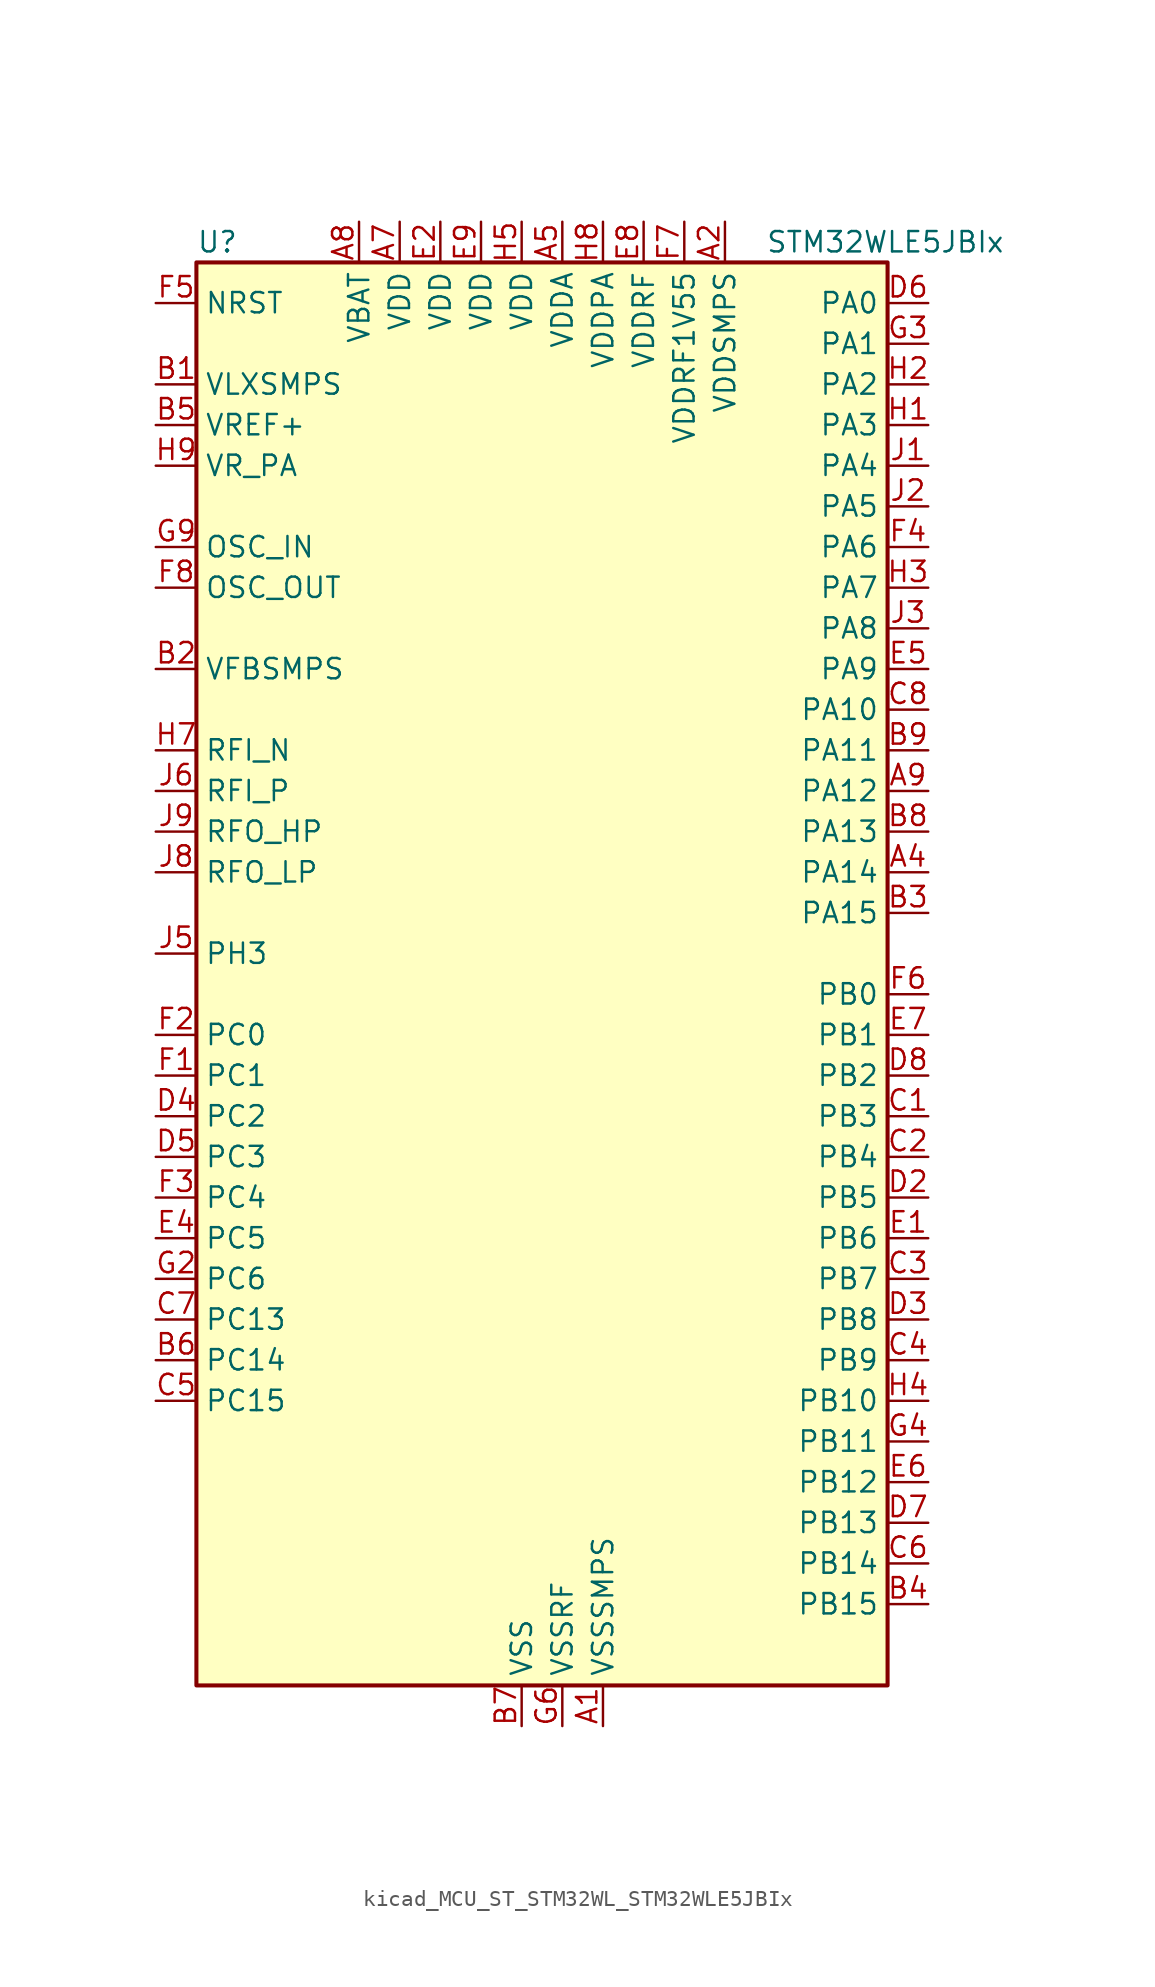
<source format=kicad_sym>
(kicad_symbol_lib
  (version 20220914)
  (generator kicad_symbol_editor)
  (symbol "kicad_MCU_ST_STM32WL_STM32WLE5JBIx"
    (property "Reference" "U"
      (at -20.32 46.99 0)
      (effects (font (size 1.27 1.27)) (justify left)))
    (property "Value" "STM32WLE5JBIx"
      (at 15.24 46.99 0)
      (effects (font (size 1.27 1.27)) (justify left)))
    (property "ki_locked" ""
      (at 0 0 0)
      (effects (font (size 1.27 1.27))))
    (symbol "kicad_MCU_ST_STM32WL_STM32WLE5JBIx_0_1"
      (rectangle (start -20.32 -43.18) (end 22.86 45.72) (stroke (width 0.254) (type default)) (fill (type background))))
    (symbol "kicad_MCU_ST_STM32WL_STM32WLE5JBIx_1_1"
      (pin power_in line (at 5.08 -45.72 90) (length 2.54) (name "VSSSMPS" (effects (font (size 1.27 1.27)))) (number "A1" (effects (font (size 1.27 1.27)))))
      (pin power_in line (at 12.7 48.26 270) (length 2.54) (name "VDDSMPS" (effects (font (size 1.27 1.27)))) (number "A2" (effects (font (size 1.27 1.27)))))
      (pin bidirectional line (at 25.4 7.62 180) (length 2.54) (name "PA14" (effects (font (size 1.27 1.27)))) (number "A4" (effects (font (size 1.27 1.27)))) (alternate "ADC_IN10" bidirectional line) (alternate "DEBUG_JTCK-SWCLK" bidirectional line) (alternate "I2C1_SMBA" bidirectional line) (alternate "LPTIM1_OUT" bidirectional line))
      (pin power_in line (at 2.54 48.26 270) (length 2.54) (name "VDDA" (effects (font (size 1.27 1.27)))) (number "A5" (effects (font (size 1.27 1.27)))))
      (pin power_in line (at -7.62 48.26 270) (length 2.54) (name "VDD" (effects (font (size 1.27 1.27)))) (number "A7" (effects (font (size 1.27 1.27)))))
      (pin power_in line (at -10.16 48.26 270) (length 2.54) (name "VBAT" (effects (font (size 1.27 1.27)))) (number "A8" (effects (font (size 1.27 1.27)))))
      (pin bidirectional line (at 25.4 12.7 180) (length 2.54) (name "PA12" (effects (font (size 1.27 1.27)))) (number "A9" (effects (font (size 1.27 1.27)))) (alternate "ADC_IN8" bidirectional line) (alternate "DEBUG_RF-BUSY" bidirectional line) (alternate "I2C2_SCL" bidirectional line) (alternate "LPTIM3_IN1" bidirectional line) (alternate "SPI1_MOSI" bidirectional line) (alternate "TIM1_ETR" bidirectional line) (alternate "USART1_DE" bidirectional line) (alternate "USART1_RTS" bidirectional line))
      (pin power_in line (at -22.86 38.1 0) (length 2.54) (name "VLXSMPS" (effects (font (size 1.27 1.27)))) (number "B1" (effects (font (size 1.27 1.27)))))
      (pin input line (at -22.86 20.32 0) (length 2.54) (name "VFBSMPS" (effects (font (size 1.27 1.27)))) (number "B2" (effects (font (size 1.27 1.27)))))
      (pin bidirectional line (at 25.4 5.08 180) (length 2.54) (name "PA15" (effects (font (size 1.27 1.27)))) (number "B3" (effects (font (size 1.27 1.27)))) (alternate "ADC_IN11" bidirectional line) (alternate "COMP1_INM" bidirectional line) (alternate "COMP2_INP" bidirectional line) (alternate "DEBUG_JTDI" bidirectional line) (alternate "I2C2_SDA" bidirectional line) (alternate "SPI1_NSS" bidirectional line) (alternate "TIM2_CH1" bidirectional line) (alternate "TIM2_ETR" bidirectional line))
      (pin bidirectional line (at 25.4 -38.1 180) (length 2.54) (name "PB15" (effects (font (size 1.27 1.27)))) (number "B4" (effects (font (size 1.27 1.27)))) (alternate "I2C2_SCL" bidirectional line) (alternate "I2S2_SD" bidirectional line) (alternate "SPI2_MOSI" bidirectional line) (alternate "TIM1_CH3N" bidirectional line))
      (pin input line (at -22.86 35.56 0) (length 2.54) (name "VREF+" (effects (font (size 1.27 1.27)))) (number "B5" (effects (font (size 1.27 1.27)))) (alternate "VREFBUF_OUT" bidirectional line))
      (pin bidirectional line (at -22.86 -22.86 0) (length 2.54) (name "PC14" (effects (font (size 1.27 1.27)))) (number "B6" (effects (font (size 1.27 1.27)))) (alternate "RCC_OSC32_IN" bidirectional line))
      (pin power_in line (at 0 -45.72 90) (length 2.54) (name "VSS" (effects (font (size 1.27 1.27)))) (number "B7" (effects (font (size 1.27 1.27)))))
      (pin bidirectional line (at 25.4 10.16 180) (length 2.54) (name "PA13" (effects (font (size 1.27 1.27)))) (number "B8" (effects (font (size 1.27 1.27)))) (alternate "ADC_IN9" bidirectional line) (alternate "DEBUG_JTMS-SWDIO" bidirectional line) (alternate "I2C2_SMBA" bidirectional line) (alternate "IR_OUT" bidirectional line))
      (pin bidirectional line (at 25.4 15.24 180) (length 2.54) (name "PA11" (effects (font (size 1.27 1.27)))) (number "B9" (effects (font (size 1.27 1.27)))) (alternate "ADC_EXTI11" bidirectional line) (alternate "ADC_IN7" bidirectional line) (alternate "COMP1_INM" bidirectional line) (alternate "COMP2_INM" bidirectional line) (alternate "DEBUG_RF-NRESET" bidirectional line) (alternate "I2C2_SDA" bidirectional line) (alternate "LPTIM3_ETR" bidirectional line) (alternate "SPI1_MISO" bidirectional line) (alternate "TIM1_BKIN2" bidirectional line) (alternate "TIM1_CH4" bidirectional line) (alternate "USART1_CTS" bidirectional line) (alternate "USART1_NSS" bidirectional line))
      (pin bidirectional line (at 25.4 -7.62 180) (length 2.54) (name "PB3" (effects (font (size 1.27 1.27)))) (number "C1" (effects (font (size 1.27 1.27)))) (alternate "ADC_IN2" bidirectional line) (alternate "COMP1_INM" bidirectional line) (alternate "COMP2_INM" bidirectional line) (alternate "DEBUG_JTDO-SWO" bidirectional line) (alternate "DEBUG_RF-DTB1" bidirectional line) (alternate "PWR_WKUP3" bidirectional line) (alternate "RTC_TAMP_IN3" bidirectional line) (alternate "SPI1_SCK" bidirectional line) (alternate "TIM2_CH2" bidirectional line) (alternate "USART1_DE" bidirectional line) (alternate "USART1_RTS" bidirectional line))
      (pin bidirectional line (at 25.4 -10.16 180) (length 2.54) (name "PB4" (effects (font (size 1.27 1.27)))) (number "C2" (effects (font (size 1.27 1.27)))) (alternate "ADC_IN3" bidirectional line) (alternate "COMP1_INP" bidirectional line) (alternate "COMP2_INP" bidirectional line) (alternate "DEBUG_JTRST" bidirectional line) (alternate "DEBUG_RF-LDORDY" bidirectional line) (alternate "I2C3_SDA" bidirectional line) (alternate "SPI1_MISO" bidirectional line) (alternate "TIM17_BKIN" bidirectional line) (alternate "USART1_CTS" bidirectional line) (alternate "USART1_NSS" bidirectional line))
      (pin bidirectional line (at 25.4 -17.78 180) (length 2.54) (name "PB7" (effects (font (size 1.27 1.27)))) (number "C3" (effects (font (size 1.27 1.27)))) (alternate "I2C1_SDA" bidirectional line) (alternate "LPTIM1_IN2" bidirectional line) (alternate "PWR_PVD_IN" bidirectional line) (alternate "TIM17_CH1N" bidirectional line) (alternate "TIM1_BKIN" bidirectional line) (alternate "USART1_RX" bidirectional line))
      (pin bidirectional line (at 25.4 -22.86 180) (length 2.54) (name "PB9" (effects (font (size 1.27 1.27)))) (number "C4" (effects (font (size 1.27 1.27)))) (alternate "DAC_EXTI9" bidirectional line) (alternate "I2C1_SDA" bidirectional line) (alternate "I2S2_WS" bidirectional line) (alternate "IR_OUT" bidirectional line) (alternate "SPI2_NSS" bidirectional line) (alternate "TIM17_CH1" bidirectional line) (alternate "TIM1_CH3N" bidirectional line))
      (pin bidirectional line (at -22.86 -25.4 0) (length 2.54) (name "PC15" (effects (font (size 1.27 1.27)))) (number "C5" (effects (font (size 1.27 1.27)))) (alternate "RCC_OSC32_OUT" bidirectional line))
      (pin bidirectional line (at 25.4 -35.56 180) (length 2.54) (name "PB14" (effects (font (size 1.27 1.27)))) (number "C6" (effects (font (size 1.27 1.27)))) (alternate "ADC_IN1" bidirectional line) (alternate "I2C3_SDA" bidirectional line) (alternate "I2S2_MCK" bidirectional line) (alternate "SPI2_MISO" bidirectional line) (alternate "TIM1_CH2N" bidirectional line))
      (pin bidirectional line (at -22.86 -20.32 0) (length 2.54) (name "PC13" (effects (font (size 1.27 1.27)))) (number "C7" (effects (font (size 1.27 1.27)))) (alternate "PWR_WKUP2" bidirectional line) (alternate "RTC_OUT1" bidirectional line) (alternate "RTC_TAMP_IN1" bidirectional line) (alternate "RTC_TS" bidirectional line))
      (pin bidirectional line (at 25.4 17.78 180) (length 2.54) (name "PA10" (effects (font (size 1.27 1.27)))) (number "C8" (effects (font (size 1.27 1.27)))) (alternate "ADC_IN6" bidirectional line) (alternate "COMP1_INM" bidirectional line) (alternate "COMP2_INM" bidirectional line) (alternate "DAC_OUT1" bidirectional line) (alternate "DEBUG_RF-HSE32RDY" bidirectional line) (alternate "I2C1_SDA" bidirectional line) (alternate "I2S2_SD" bidirectional line) (alternate "RTC_REFIN" bidirectional line) (alternate "SPI2_MOSI" bidirectional line) (alternate "TIM17_BKIN" bidirectional line) (alternate "TIM1_CH3" bidirectional line) (alternate "USART1_RX" bidirectional line))
      (pin bidirectional line (at 25.4 -12.7 180) (length 2.54) (name "PB5" (effects (font (size 1.27 1.27)))) (number "D2" (effects (font (size 1.27 1.27)))) (alternate "COMP2_OUT" bidirectional line) (alternate "I2C1_SMBA" bidirectional line) (alternate "LPTIM1_IN1" bidirectional line) (alternate "SPI1_MOSI" bidirectional line) (alternate "TIM16_BKIN" bidirectional line) (alternate "USART1_CK" bidirectional line))
      (pin bidirectional line (at 25.4 -20.32 180) (length 2.54) (name "PB8" (effects (font (size 1.27 1.27)))) (number "D3" (effects (font (size 1.27 1.27)))) (alternate "I2C1_SCL" bidirectional line) (alternate "TIM16_CH1" bidirectional line) (alternate "TIM1_CH2N" bidirectional line))
      (pin bidirectional line (at -22.86 -7.62 0) (length 2.54) (name "PC2" (effects (font (size 1.27 1.27)))) (number "D4" (effects (font (size 1.27 1.27)))) (alternate "LPTIM1_IN2" bidirectional line) (alternate "SPI2_MISO" bidirectional line))
      (pin bidirectional line (at -22.86 -10.16 0) (length 2.54) (name "PC3" (effects (font (size 1.27 1.27)))) (number "D5" (effects (font (size 1.27 1.27)))) (alternate "I2S2_SD" bidirectional line) (alternate "LPTIM1_ETR" bidirectional line) (alternate "LPTIM2_ETR" bidirectional line) (alternate "SPI2_MOSI" bidirectional line))
      (pin bidirectional line (at 25.4 43.18 180) (length 2.54) (name "PA0" (effects (font (size 1.27 1.27)))) (number "D6" (effects (font (size 1.27 1.27)))) (alternate "COMP1_OUT" bidirectional line) (alternate "DEBUG_PWR-REGLP1S" bidirectional line) (alternate "I2C3_SMBA" bidirectional line) (alternate "I2S_CKIN" bidirectional line) (alternate "PWR_WKUP1" bidirectional line) (alternate "RTC_TAMP_IN2" bidirectional line) (alternate "TIM2_CH1" bidirectional line) (alternate "TIM2_ETR" bidirectional line) (alternate "USART2_CTS" bidirectional line) (alternate "USART2_NSS" bidirectional line))
      (pin bidirectional line (at 25.4 -33.02 180) (length 2.54) (name "PB13" (effects (font (size 1.27 1.27)))) (number "D7" (effects (font (size 1.27 1.27)))) (alternate "ADC_IN0" bidirectional line) (alternate "I2C3_SCL" bidirectional line) (alternate "I2S2_CK" bidirectional line) (alternate "LPUART1_CTS" bidirectional line) (alternate "SPI2_SCK" bidirectional line) (alternate "TIM1_CH1N" bidirectional line))
      (pin bidirectional line (at 25.4 -5.08 180) (length 2.54) (name "PB2" (effects (font (size 1.27 1.27)))) (number "D8" (effects (font (size 1.27 1.27)))) (alternate "ADC_IN4" bidirectional line) (alternate "COMP1_INP" bidirectional line) (alternate "COMP2_INM" bidirectional line) (alternate "DEBUG_RF-SMPSRDY" bidirectional line) (alternate "I2C3_SMBA" bidirectional line) (alternate "LPTIM1_OUT" bidirectional line) (alternate "SPI1_NSS" bidirectional line))
      (pin passive line (at 0 -45.72 90) (length 2.54) hide (name "VSS" (effects (font (size 1.27 1.27)))) (number "D9" (effects (font (size 1.27 1.27)))))
      (pin bidirectional line (at 25.4 -15.24 180) (length 2.54) (name "PB6" (effects (font (size 1.27 1.27)))) (number "E1" (effects (font (size 1.27 1.27)))) (alternate "I2C1_SCL" bidirectional line) (alternate "LPTIM1_ETR" bidirectional line) (alternate "TIM16_CH1N" bidirectional line) (alternate "USART1_TX" bidirectional line))
      (pin power_in line (at -5.08 48.26 270) (length 2.54) (name "VDD" (effects (font (size 1.27 1.27)))) (number "E2" (effects (font (size 1.27 1.27)))))
      (pin passive line (at 0 -45.72 90) (length 2.54) hide (name "VSS" (effects (font (size 1.27 1.27)))) (number "E3" (effects (font (size 1.27 1.27)))))
      (pin bidirectional line (at -22.86 -15.24 0) (length 2.54) (name "PC5" (effects (font (size 1.27 1.27)))) (number "E4" (effects (font (size 1.27 1.27)))))
      (pin bidirectional line (at 25.4 20.32 180) (length 2.54) (name "PA9" (effects (font (size 1.27 1.27)))) (number "E5" (effects (font (size 1.27 1.27)))) (alternate "DAC_EXTI9" bidirectional line) (alternate "I2C1_SCL" bidirectional line) (alternate "I2S2_CK" bidirectional line) (alternate "I2S2_WS" bidirectional line) (alternate "SPI2_NSS" bidirectional line) (alternate "SPI2_SCK" bidirectional line) (alternate "TIM1_CH2" bidirectional line) (alternate "USART1_TX" bidirectional line))
      (pin bidirectional line (at 25.4 -30.48 180) (length 2.54) (name "PB12" (effects (font (size 1.27 1.27)))) (number "E6" (effects (font (size 1.27 1.27)))) (alternate "I2C3_SMBA" bidirectional line) (alternate "I2S2_WS" bidirectional line) (alternate "LPUART1_RTS" bidirectional line) (alternate "SPI2_NSS" bidirectional line) (alternate "TIM1_BKIN" bidirectional line))
      (pin bidirectional line (at 25.4 -2.54 180) (length 2.54) (name "PB1" (effects (font (size 1.27 1.27)))) (number "E7" (effects (font (size 1.27 1.27)))) (alternate "ADC_IN5" bidirectional line) (alternate "COMP2_INP" bidirectional line) (alternate "LPTIM2_IN1" bidirectional line) (alternate "LPUART1_DE" bidirectional line) (alternate "LPUART1_RTS" bidirectional line))
      (pin power_in line (at 7.62 48.26 270) (length 2.54) (name "VDDRF" (effects (font (size 1.27 1.27)))) (number "E8" (effects (font (size 1.27 1.27)))))
      (pin power_in line (at -2.54 48.26 270) (length 2.54) (name "VDD" (effects (font (size 1.27 1.27)))) (number "E9" (effects (font (size 1.27 1.27)))))
      (pin bidirectional line (at -22.86 -5.08 0) (length 2.54) (name "PC1" (effects (font (size 1.27 1.27)))) (number "F1" (effects (font (size 1.27 1.27)))) (alternate "I2C3_SDA" bidirectional line) (alternate "I2S2_SD" bidirectional line) (alternate "LPTIM1_OUT" bidirectional line) (alternate "LPUART1_TX" bidirectional line) (alternate "SPI2_MOSI" bidirectional line))
      (pin bidirectional line (at -22.86 -2.54 0) (length 2.54) (name "PC0" (effects (font (size 1.27 1.27)))) (number "F2" (effects (font (size 1.27 1.27)))) (alternate "I2C3_SCL" bidirectional line) (alternate "LPTIM1_IN1" bidirectional line) (alternate "LPTIM2_IN1" bidirectional line) (alternate "LPUART1_RX" bidirectional line))
      (pin bidirectional line (at -22.86 -12.7 0) (length 2.54) (name "PC4" (effects (font (size 1.27 1.27)))) (number "F3" (effects (font (size 1.27 1.27)))))
      (pin bidirectional line (at 25.4 27.94 180) (length 2.54) (name "PA6" (effects (font (size 1.27 1.27)))) (number "F4" (effects (font (size 1.27 1.27)))) (alternate "DEBUG_SUBGHZSPI-MISOOUT" bidirectional line) (alternate "I2C2_SMBA" bidirectional line) (alternate "LPUART1_CTS" bidirectional line) (alternate "SPI1_MISO" bidirectional line) (alternate "TIM16_CH1" bidirectional line) (alternate "TIM1_BKIN" bidirectional line))
      (pin input line (at -22.86 43.18 0) (length 2.54) (name "NRST" (effects (font (size 1.27 1.27)))) (number "F5" (effects (font (size 1.27 1.27)))))
      (pin bidirectional line (at 25.4 0 180) (length 2.54) (name "PB0" (effects (font (size 1.27 1.27)))) (number "F6" (effects (font (size 1.27 1.27)))) (alternate "COMP1_OUT" bidirectional line) (alternate "VDDTCXO" bidirectional line))
      (pin power_in line (at 10.16 48.26 270) (length 2.54) (name "VDDRF1V55" (effects (font (size 1.27 1.27)))) (number "F7" (effects (font (size 1.27 1.27)))))
      (pin input line (at -22.86 25.4 0) (length 2.54) (name "OSC_OUT" (effects (font (size 1.27 1.27)))) (number "F8" (effects (font (size 1.27 1.27)))) (alternate "RCC_OSC_OUT" bidirectional line))
      (pin bidirectional line (at -22.86 -17.78 0) (length 2.54) (name "PC6" (effects (font (size 1.27 1.27)))) (number "G2" (effects (font (size 1.27 1.27)))) (alternate "I2S2_MCK" bidirectional line))
      (pin bidirectional line (at 25.4 40.64 180) (length 2.54) (name "PA1" (effects (font (size 1.27 1.27)))) (number "G3" (effects (font (size 1.27 1.27)))) (alternate "DEBUG_PWR-REGLP2S" bidirectional line) (alternate "I2C1_SMBA" bidirectional line) (alternate "LPTIM3_OUT" bidirectional line) (alternate "LPUART1_RTS" bidirectional line) (alternate "SPI1_SCK" bidirectional line) (alternate "TIM2_CH2" bidirectional line) (alternate "USART2_DE" bidirectional line) (alternate "USART2_RTS" bidirectional line))
      (pin bidirectional line (at 25.4 -27.94 180) (length 2.54) (name "PB11" (effects (font (size 1.27 1.27)))) (number "G4" (effects (font (size 1.27 1.27)))) (alternate "ADC_EXTI11" bidirectional line) (alternate "COMP2_OUT" bidirectional line) (alternate "I2C3_SDA" bidirectional line) (alternate "LPUART1_TX" bidirectional line) (alternate "TIM2_CH4" bidirectional line))
      (pin passive line (at 0 -45.72 90) (length 2.54) hide (name "VSS" (effects (font (size 1.27 1.27)))) (number "G5" (effects (font (size 1.27 1.27)))))
      (pin power_in line (at 2.54 -45.72 90) (length 2.54) (name "VSSRF" (effects (font (size 1.27 1.27)))) (number "G6" (effects (font (size 1.27 1.27)))))
      (pin passive line (at 2.54 -45.72 90) (length 2.54) hide (name "VSSRF" (effects (font (size 1.27 1.27)))) (number "G7" (effects (font (size 1.27 1.27)))))
      (pin passive line (at 2.54 -45.72 90) (length 2.54) hide (name "VSSRF" (effects (font (size 1.27 1.27)))) (number "G8" (effects (font (size 1.27 1.27)))))
      (pin input line (at -22.86 27.94 0) (length 2.54) (name "OSC_IN" (effects (font (size 1.27 1.27)))) (number "G9" (effects (font (size 1.27 1.27)))) (alternate "RCC_OSC_IN" bidirectional line))
      (pin bidirectional line (at 25.4 35.56 180) (length 2.54) (name "PA3" (effects (font (size 1.27 1.27)))) (number "H1" (effects (font (size 1.27 1.27)))) (alternate "I2S2_MCK" bidirectional line) (alternate "LPUART1_RX" bidirectional line) (alternate "TIM2_CH4" bidirectional line) (alternate "USART2_RX" bidirectional line))
      (pin bidirectional line (at 25.4 38.1 180) (length 2.54) (name "PA2" (effects (font (size 1.27 1.27)))) (number "H2" (effects (font (size 1.27 1.27)))) (alternate "COMP2_OUT" bidirectional line) (alternate "DEBUG_PWR-LDORDY" bidirectional line) (alternate "LPUART1_TX" bidirectional line) (alternate "RCC_LSCO" bidirectional line) (alternate "TIM2_CH3" bidirectional line) (alternate "USART2_TX" bidirectional line))
      (pin bidirectional line (at 25.4 25.4 180) (length 2.54) (name "PA7" (effects (font (size 1.27 1.27)))) (number "H3" (effects (font (size 1.27 1.27)))) (alternate "COMP2_OUT" bidirectional line) (alternate "DEBUG_SUBGHZSPI-MOSIOUT" bidirectional line) (alternate "I2C3_SCL" bidirectional line) (alternate "SPI1_MOSI" bidirectional line) (alternate "TIM17_CH1" bidirectional line) (alternate "TIM1_CH1N" bidirectional line))
      (pin bidirectional line (at 25.4 -25.4 180) (length 2.54) (name "PB10" (effects (font (size 1.27 1.27)))) (number "H4" (effects (font (size 1.27 1.27)))) (alternate "COMP1_OUT" bidirectional line) (alternate "I2C3_SCL" bidirectional line) (alternate "I2S2_CK" bidirectional line) (alternate "LPUART1_RX" bidirectional line) (alternate "SPI2_SCK" bidirectional line) (alternate "TIM2_CH3" bidirectional line))
      (pin power_in line (at 0 48.26 270) (length 2.54) (name "VDD" (effects (font (size 1.27 1.27)))) (number "H5" (effects (font (size 1.27 1.27)))))
      (pin passive line (at 2.54 -45.72 90) (length 2.54) hide (name "VSSRF" (effects (font (size 1.27 1.27)))) (number "H6" (effects (font (size 1.27 1.27)))))
      (pin bidirectional line (at -22.86 15.24 0) (length 2.54) (name "RFI_N" (effects (font (size 1.27 1.27)))) (number "H7" (effects (font (size 1.27 1.27)))))
      (pin power_in line (at 5.08 48.26 270) (length 2.54) (name "VDDPA" (effects (font (size 1.27 1.27)))) (number "H8" (effects (font (size 1.27 1.27)))))
      (pin power_in line (at -22.86 33.02 0) (length 2.54) (name "VR_PA" (effects (font (size 1.27 1.27)))) (number "H9" (effects (font (size 1.27 1.27)))))
      (pin bidirectional line (at 25.4 33.02 180) (length 2.54) (name "PA4" (effects (font (size 1.27 1.27)))) (number "J1" (effects (font (size 1.27 1.27)))) (alternate "DEBUG_SUBGHZSPI-NSSOUT" bidirectional line) (alternate "LPTIM1_OUT" bidirectional line) (alternate "LPTIM2_OUT" bidirectional line) (alternate "RTC_OUT2" bidirectional line) (alternate "SPI1_NSS" bidirectional line) (alternate "USART2_CK" bidirectional line))
      (pin bidirectional line (at 25.4 30.48 180) (length 2.54) (name "PA5" (effects (font (size 1.27 1.27)))) (number "J2" (effects (font (size 1.27 1.27)))) (alternate "DEBUG_SUBGHZSPI-SCKOUT" bidirectional line) (alternate "LPTIM2_ETR" bidirectional line) (alternate "SPI1_SCK" bidirectional line) (alternate "SPI2_MISO" bidirectional line) (alternate "TIM2_CH1" bidirectional line) (alternate "TIM2_ETR" bidirectional line))
      (pin bidirectional line (at 25.4 22.86 180) (length 2.54) (name "PA8" (effects (font (size 1.27 1.27)))) (number "J3" (effects (font (size 1.27 1.27)))) (alternate "I2S2_CK" bidirectional line) (alternate "LPTIM2_OUT" bidirectional line) (alternate "RCC_MCO" bidirectional line) (alternate "SPI2_SCK" bidirectional line) (alternate "TIM1_CH1" bidirectional line) (alternate "USART1_CK" bidirectional line))
      (pin bidirectional line (at -22.86 2.54 0) (length 2.54) (name "PH3" (effects (font (size 1.27 1.27)))) (number "J5" (effects (font (size 1.27 1.27)))))
      (pin bidirectional line (at -22.86 12.7 0) (length 2.54) (name "RFI_P" (effects (font (size 1.27 1.27)))) (number "J6" (effects (font (size 1.27 1.27)))))
      (pin bidirectional line (at -22.86 7.62 0) (length 2.54) (name "RFO_LP" (effects (font (size 1.27 1.27)))) (number "J8" (effects (font (size 1.27 1.27)))))
      (pin bidirectional line (at -22.86 10.16 0) (length 2.54) (name "RFO_HP" (effects (font (size 1.27 1.27)))) (number "J9" (effects (font (size 1.27 1.27))))))))
</source>
